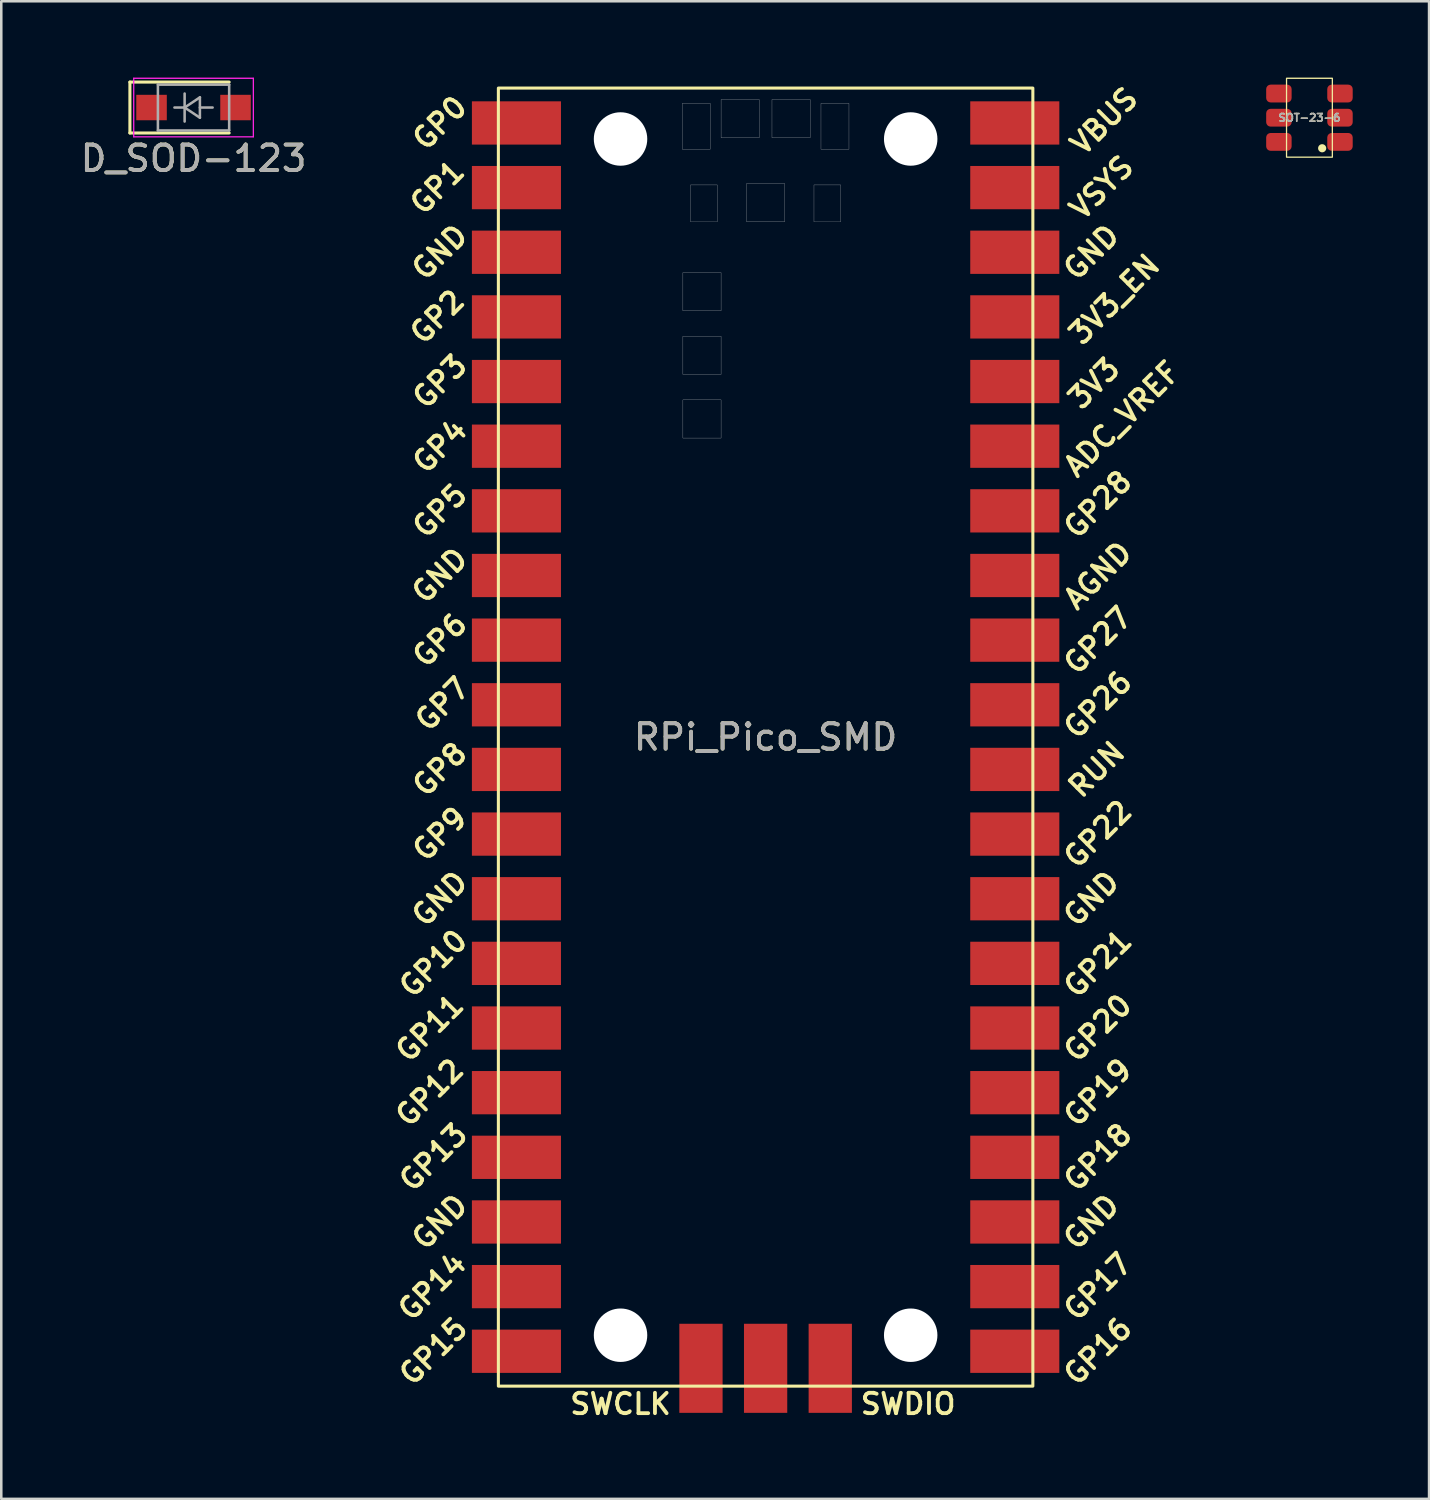
<source format=kicad_pcb>
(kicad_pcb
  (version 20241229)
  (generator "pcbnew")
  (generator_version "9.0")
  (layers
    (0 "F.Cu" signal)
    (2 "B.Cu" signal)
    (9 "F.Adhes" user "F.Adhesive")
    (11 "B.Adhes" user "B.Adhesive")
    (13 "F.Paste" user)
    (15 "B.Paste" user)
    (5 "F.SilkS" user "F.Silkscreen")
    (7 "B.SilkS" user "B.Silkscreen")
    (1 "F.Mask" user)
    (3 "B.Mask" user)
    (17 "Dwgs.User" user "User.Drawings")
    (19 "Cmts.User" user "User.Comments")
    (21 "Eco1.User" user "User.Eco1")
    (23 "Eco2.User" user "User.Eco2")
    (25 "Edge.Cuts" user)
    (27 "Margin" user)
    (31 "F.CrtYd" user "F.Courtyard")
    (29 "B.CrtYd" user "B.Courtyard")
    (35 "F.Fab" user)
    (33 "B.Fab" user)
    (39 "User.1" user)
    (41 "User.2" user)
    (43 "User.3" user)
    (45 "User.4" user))
  (footprint "SOT-23-6"
    (layer "F.Cu")
    (at 48.398 1.575)
    (property "Reference" "SOT-23-6" (at 0 0 180) (layer "F.SilkS") (effects (font (size 0.3 0.3) (thickness 0.06))))
    (attr smd)
    (fp_rect (start -0.9 -1.55) (end 0.9 1.55) (stroke (width 0.05) (type solid)) (fill no) (layer "F.SilkS"))
    (fp_circle (center 0.5 1.2) (end 0.6 1.2) (stroke (width 0.12) (type solid)) (fill yes) (layer "F.SilkS"))
    (fp_text user "${REFERENCE}" (at 0 0 180) (layer "F.Fab") (effects (font (size 0.3 0.3) (thickness 0.06))))
    (pad "1" smd roundrect (at 1.2 0.95 180) (size 1 0.7) (layers "F.Cu" "F.Mask" "F.Paste") (roundrect_rratio 0.25))
    (pad "2" smd roundrect (at 1.2 0 180) (size 1 0.7) (layers "F.Cu" "F.Mask" "F.Paste") (roundrect_rratio 0.25))
    (pad "3" smd roundrect (at 1.2 -0.95 180) (size 1 0.7) (layers "F.Cu" "F.Mask" "F.Paste") (roundrect_rratio 0.25))
    (pad "4" smd roundrect (at -1.2 -0.95 180) (size 1 0.7) (layers "F.Cu" "F.Mask" "F.Paste") (roundrect_rratio 0.25))
    (pad "5" smd roundrect (at -1.2 0 180) (size 1 0.7) (layers "F.Cu" "F.Mask" "F.Paste") (roundrect_rratio 0.25))
    (pad "6" smd roundrect (at -1.2 0.95 180) (size 1 0.7) (layers "F.Cu" "F.Mask" "F.Paste") (roundrect_rratio 0.25)))
  (footprint "D_SOD-123"
    (layer "F.Cu")
    (at 4.554 1.175)
    (property "Reference" "D_SOD-123" (at 0 2 0) (layer "F.SilkS") (effects (font (size 1 1) (thickness 0.15))))
    (attr smd)
    (fp_line (start -2.5 -1) (end -2.5 1) (stroke (width 0.12) (type solid)) (layer "F.SilkS"))
    (fp_line (start -2.5 -1) (end 1.4 -1) (stroke (width 0.12) (type solid)) (layer "F.SilkS"))
    (fp_line (start -2.5 1) (end 1.4 1) (stroke (width 0.12) (type solid)) (layer "F.SilkS"))
    (fp_line (start -2.35 -1.15) (end -2.35 1.15) (stroke (width 0.05) (type solid)) (layer "F.CrtYd"))
    (fp_line (start -2.35 -1.15) (end 2.35 -1.15) (stroke (width 0.05) (type solid)) (layer "F.CrtYd"))
    (fp_line (start 2.35 -1.15) (end 2.35 1.15) (stroke (width 0.05) (type solid)) (layer "F.CrtYd"))
    (fp_line (start 2.35 1.15) (end -2.35 1.15) (stroke (width 0.05) (type solid)) (layer "F.CrtYd"))
    (fp_line (start -1.4 -0.9) (end 1.4 -0.9) (stroke (width 0.1) (type solid)) (layer "F.Fab"))
    (fp_line (start -1.4 0.9) (end -1.4 -0.9) (stroke (width 0.1) (type solid)) (layer "F.Fab"))
    (fp_line (start -0.75 0) (end -0.35 0) (stroke (width 0.1) (type solid)) (layer "F.Fab"))
    (fp_line (start -0.35 0) (end -0.35 -0.55) (stroke (width 0.1) (type solid)) (layer "F.Fab"))
    (fp_line (start -0.35 0) (end -0.35 0.55) (stroke (width 0.1) (type solid)) (layer "F.Fab"))
    (fp_line (start -0.35 0) (end 0.25 -0.4) (stroke (width 0.1) (type solid)) (layer "F.Fab"))
    (fp_line (start 0.25 -0.4) (end 0.25 0.4) (stroke (width 0.1) (type solid)) (layer "F.Fab"))
    (fp_line (start 0.25 0) (end 0.75 0) (stroke (width 0.1) (type solid)) (layer "F.Fab"))
    (fp_line (start 0.25 0.4) (end -0.35 0) (stroke (width 0.1) (type solid)) (layer "F.Fab"))
    (fp_line (start 1.4 -0.9) (end 1.4 0.9) (stroke (width 0.1) (type solid)) (layer "F.Fab"))
    (fp_line (start 1.4 0.9) (end -1.4 0.9) (stroke (width 0.1) (type solid)) (layer "F.Fab"))
    (fp_text user "${REFERENCE}" (at 0 2 0) (layer "F.Fab") (effects (font (size 1 1) (thickness 0.15))))
    (pad "1" smd rect (at -1.65 0) (size 1.2 1) (layers "F.Cu" "F.Mask" "F.Paste"))
    (pad "2" smd rect (at 1.65 0) (size 1.2 1) (layers "F.Cu" "F.Mask" "F.Paste")))
  (footprint "RPi_Pico_SMD"
    (layer "F.Cu")
    (at 27.031 25.911)
    (property "Reference" "RPi_Pico_SMD" (at 0 0 0) (layer "F.SilkS") (effects (font (size 1 1) (thickness 0.15))))
    (attr through_hole)
    (fp_rect (start -10.5 -25.5) (end 10.5 25.5) (stroke (width 0.12) (type solid)) (fill no) (layer "F.SilkS"))
    (fp_rect (start -3.275 -24.9) (end -2.175 -23.1) (stroke (width 0.01) (type solid)) (fill no) (layer "Dwgs.User"))
    (fp_rect (start -3.25 -18.25) (end -1.75 -16.75) (stroke (width 0.01) (type solid)) (fill no) (layer "Dwgs.User"))
    (fp_rect (start -3.25 -15.75) (end -1.75 -14.25) (stroke (width 0.01) (type solid)) (fill no) (layer "Dwgs.User"))
    (fp_rect (start -3.25 -13.25) (end -1.75 -11.75) (stroke (width 0.01) (type solid)) (fill no) (layer "Dwgs.User"))
    (fp_rect (start -2.95 -21.695) (end -1.9 -20.245) (stroke (width 0.01) (type solid)) (fill no) (layer "Dwgs.User"))
    (fp_rect (start -1.75 -25.05) (end -0.25 -23.55) (stroke (width 0.01) (type solid)) (fill no) (layer "Dwgs.User"))
    (fp_rect (start -0.75 -21.75) (end 0.75 -20.25) (stroke (width 0.01) (type solid)) (fill no) (layer "Dwgs.User"))
    (fp_rect (start 0.25 -25.05) (end 1.75 -23.55) (stroke (width 0.01) (type solid)) (fill no) (layer "Dwgs.User"))
    (fp_rect (start 1.9 -21.695) (end 2.95 -20.245) (stroke (width 0.01) (type solid)) (fill no) (layer "Dwgs.User"))
    (fp_rect (start 2.175 -24.9) (end 3.275 -23.1) (stroke (width 0.01) (type solid)) (fill no) (layer "Dwgs.User"))
    (fp_text user "GP11" (at -13.2 11.43 45) (layer "F.SilkS") (effects (font (size 0.8 0.8) (thickness 0.15))))
    (fp_text user "3V3" (at 12.9 -13.9 45) (layer "F.SilkS") (effects (font (size 0.8 0.8) (thickness 0.15))))
    (fp_text user "ADC_VREF" (at 14 -12.5 45) (layer "F.SilkS") (effects (font (size 0.8 0.8) (thickness 0.15))))
    (fp_text user "RUN" (at 13 1.27 45) (layer "F.SilkS") (effects (font (size 0.8 0.8) (thickness 0.15))))
    (fp_text user "GP16" (at 13.054 24.13 45) (layer "F.SilkS") (effects (font (size 0.8 0.8) (thickness 0.15))))
    (fp_text user "GP28" (at 13.054 -9.144 45) (layer "F.SilkS") (effects (font (size 0.8 0.8) (thickness 0.15))))
    (fp_text user "GP6" (at -12.8 -3.81 45) (layer "F.SilkS") (effects (font (size 0.8 0.8) (thickness 0.15))))
    (fp_text user "GP20" (at 13.054 11.43 45) (layer "F.SilkS") (effects (font (size 0.8 0.8) (thickness 0.15))))
    (fp_text user "SWCLK" (at -5.7 26.2 0) (layer "F.SilkS") (effects (font (size 0.8 0.8) (thickness 0.15))))
    (fp_text user "3V3_EN" (at 13.7 -17.2 45) (layer "F.SilkS") (effects (font (size 0.8 0.8) (thickness 0.15))))
    (fp_text user "GP18" (at 13.054 16.51 45) (layer "F.SilkS") (effects (font (size 0.8 0.8) (thickness 0.15))))
    (fp_text user "VSYS" (at 13.2 -21.59 45) (layer "F.SilkS") (effects (font (size 0.8 0.8) (thickness 0.15))))
    (fp_text user "GND" (at 12.8 6.35 45) (layer "F.SilkS") (effects (font (size 0.8 0.8) (thickness 0.15))))
    (fp_text user "GP2" (at -12.9 -16.51 45) (layer "F.SilkS") (effects (font (size 0.8 0.8) (thickness 0.15))))
    (fp_text user "GP17" (at 13.054 21.59 45) (layer "F.SilkS") (effects (font (size 0.8 0.8) (thickness 0.15))))
    (fp_text user "VBUS" (at 13.3 -24.2 45) (layer "F.SilkS") (effects (font (size 0.8 0.8) (thickness 0.15))))
    (fp_text user "GP27" (at 13.054 -3.8 45) (layer "F.SilkS") (effects (font (size 0.8 0.8) (thickness 0.15))))
    (fp_text user "GND" (at -12.8 19.05 45) (layer "F.SilkS") (effects (font (size 0.8 0.8) (thickness 0.15))))
    (fp_text user "SWDIO" (at 5.6 26.2 0) (layer "F.SilkS") (effects (font (size 0.8 0.8) (thickness 0.15))))
    (fp_text user "GP8" (at -12.8 1.27 45) (layer "F.SilkS") (effects (font (size 0.8 0.8) (thickness 0.15))))
    (fp_text user "GP10" (at -13.054 8.89 45) (layer "F.SilkS") (effects (font (size 0.8 0.8) (thickness 0.15))))
    (fp_text user "GP5" (at -12.8 -8.89 45) (layer "F.SilkS") (effects (font (size 0.8 0.8) (thickness 0.15))))
    (fp_text user "GP22" (at 13.054 3.81 45) (layer "F.SilkS") (effects (font (size 0.8 0.8) (thickness 0.15))))
    (fp_text user "GP19" (at 13.054 13.97 45) (layer "F.SilkS") (effects (font (size 0.8 0.8) (thickness 0.15))))
    (fp_text user "GP15" (at -13.054 24.13 45) (layer "F.SilkS") (effects (font (size 0.8 0.8) (thickness 0.15))))
    (fp_text user "GP12" (at -13.2 13.97 45) (layer "F.SilkS") (effects (font (size 0.8 0.8) (thickness 0.15))))
    (fp_text user "GP13" (at -13.054 16.51 45) (layer "F.SilkS") (effects (font (size 0.8 0.8) (thickness 0.15))))
    (fp_text user "GP0" (at -12.8 -24.13 45) (layer "F.SilkS") (effects (font (size 0.8 0.8) (thickness 0.15))))
    (fp_text user "GP14" (at -13.1 21.59 45) (layer "F.SilkS") (effects (font (size 0.8 0.8) (thickness 0.15))))
    (fp_text user "GND" (at 12.8 19.05 45) (layer "F.SilkS") (effects (font (size 0.8 0.8) (thickness 0.15))))
    (fp_text user "GND" (at -12.8 -19.05 45) (layer "F.SilkS") (effects (font (size 0.8 0.8) (thickness 0.15))))
    (fp_text user "GP26" (at 13.054 -1.27 45) (layer "F.SilkS") (effects (font (size 0.8 0.8) (thickness 0.15))))
    (fp_text user "GP21" (at 13.054 8.9 45) (layer "F.SilkS") (effects (font (size 0.8 0.8) (thickness 0.15))))
    (fp_text user "GP9" (at -12.8 3.81 45) (layer "F.SilkS") (effects (font (size 0.8 0.8) (thickness 0.15))))
    (fp_text user "GP3" (at -12.8 -13.97 45) (layer "F.SilkS") (effects (font (size 0.8 0.8) (thickness 0.15))))
    (fp_text user "GP7" (at -12.7 -1.3 45) (layer "F.SilkS") (effects (font (size 0.8 0.8) (thickness 0.15))))
    (fp_text user "GP4" (at -12.8 -11.43 45) (layer "F.SilkS") (effects (font (size 0.8 0.8) (thickness 0.15))))
    (fp_text user "AGND" (at 13.054 -6.35 45) (layer "F.SilkS") (effects (font (size 0.8 0.8) (thickness 0.15))))
    (fp_text user "GND" (at -12.8 -6.35 45) (layer "F.SilkS") (effects (font (size 0.8 0.8) (thickness 0.15))))
    (fp_text user "GND" (at 12.8 -19.05 45) (layer "F.SilkS") (effects (font (size 0.8 0.8) (thickness 0.15))))
    (fp_text user "GP1" (at -12.9 -21.6 45) (layer "F.SilkS") (effects (font (size 0.8 0.8) (thickness 0.15))))
    (fp_text user "GND" (at -12.8 6.35 45) (layer "F.SilkS") (effects (font (size 0.8 0.8) (thickness 0.15))))
    (fp_text user "${REFERENCE}" (at 0 0 180) (layer "F.Fab") (effects (font (size 1 1) (thickness 0.15))))
    (pad "" np_thru_hole circle (at -5.7 -23.5) (size 2.1 2.1) (drill 2.1) (layers "*.Cu" "*.Mask"))
    (pad "" np_thru_hole circle (at -5.7 23.5) (size 2.1 2.1) (drill 2.1) (layers "*.Cu" "*.Mask"))
    (pad "" np_thru_hole circle (at 5.7 -23.5) (size 2.1 2.1) (drill 2.1) (layers "*.Cu" "*.Mask"))
    (pad "" np_thru_hole circle (at 5.7 23.5) (size 2.1 2.1) (drill 2.1) (layers "*.Cu" "*.Mask"))
    (pad "1" smd rect (at -8.89 -24.13) (size 3.5 1.7) (drill (offset -0.9 0)) (layers "F.Cu" "F.Mask"))
    (pad "2" smd rect (at -8.89 -21.59) (size 3.5 1.7) (drill (offset -0.9 0)) (layers "F.Cu" "F.Mask"))
    (pad "3" smd rect (at -8.89 -19.05) (size 3.5 1.7) (drill (offset -0.9 0)) (layers "F.Cu" "F.Mask"))
    (pad "4" smd rect (at -8.89 -16.51) (size 3.5 1.7) (drill (offset -0.9 0)) (layers "F.Cu" "F.Mask"))
    (pad "5" smd rect (at -8.89 -13.97) (size 3.5 1.7) (drill (offset -0.9 0)) (layers "F.Cu" "F.Mask"))
    (pad "6" smd rect (at -8.89 -11.43) (size 3.5 1.7) (drill (offset -0.9 0)) (layers "F.Cu" "F.Mask"))
    (pad "7" smd rect (at -8.89 -8.89) (size 3.5 1.7) (drill (offset -0.9 0)) (layers "F.Cu" "F.Mask"))
    (pad "8" smd rect (at -8.89 -6.35) (size 3.5 1.7) (drill (offset -0.9 0)) (layers "F.Cu" "F.Mask"))
    (pad "9" smd rect (at -8.89 -3.81) (size 3.5 1.7) (drill (offset -0.9 0)) (layers "F.Cu" "F.Mask"))
    (pad "10" smd rect (at -8.89 -1.27) (size 3.5 1.7) (drill (offset -0.9 0)) (layers "F.Cu" "F.Mask"))
    (pad "11" smd rect (at -8.89 1.27) (size 3.5 1.7) (drill (offset -0.9 0)) (layers "F.Cu" "F.Mask"))
    (pad "12" smd rect (at -8.89 3.81) (size 3.5 1.7) (drill (offset -0.9 0)) (layers "F.Cu" "F.Mask"))
    (pad "13" smd rect (at -8.89 6.35) (size 3.5 1.7) (drill (offset -0.9 0)) (layers "F.Cu" "F.Mask"))
    (pad "14" smd rect (at -8.89 8.89) (size 3.5 1.7) (drill (offset -0.9 0)) (layers "F.Cu" "F.Mask"))
    (pad "15" smd rect (at -8.89 11.43) (size 3.5 1.7) (drill (offset -0.9 0)) (layers "F.Cu" "F.Mask"))
    (pad "16" smd rect (at -8.89 13.97) (size 3.5 1.7) (drill (offset -0.9 0)) (layers "F.Cu" "F.Mask"))
    (pad "17" smd rect (at -8.89 16.51) (size 3.5 1.7) (drill (offset -0.9 0)) (layers "F.Cu" "F.Mask"))
    (pad "18" smd rect (at -8.89 19.05) (size 3.5 1.7) (drill (offset -0.9 0)) (layers "F.Cu" "F.Mask"))
    (pad "19" smd rect (at -8.89 21.59) (size 3.5 1.7) (drill (offset -0.9 0)) (layers "F.Cu" "F.Mask"))
    (pad "20" smd rect (at -8.89 24.13) (size 3.5 1.7) (drill (offset -0.9 0)) (layers "F.Cu" "F.Mask"))
    (pad "21" smd rect (at 8.89 24.13) (size 3.5 1.7) (drill (offset 0.9 0)) (layers "F.Cu" "F.Mask"))
    (pad "22" smd rect (at 8.89 21.59) (size 3.5 1.7) (drill (offset 0.9 0)) (layers "F.Cu" "F.Mask"))
    (pad "23" smd rect (at 8.89 19.05) (size 3.5 1.7) (drill (offset 0.9 0)) (layers "F.Cu" "F.Mask"))
    (pad "24" smd rect (at 8.89 16.51) (size 3.5 1.7) (drill (offset 0.9 0)) (layers "F.Cu" "F.Mask"))
    (pad "25" smd rect (at 8.89 13.97) (size 3.5 1.7) (drill (offset 0.9 0)) (layers "F.Cu" "F.Mask"))
    (pad "26" smd rect (at 8.89 11.43) (size 3.5 1.7) (drill (offset 0.9 0)) (layers "F.Cu" "F.Mask"))
    (pad "27" smd rect (at 8.89 8.89) (size 3.5 1.7) (drill (offset 0.9 0)) (layers "F.Cu" "F.Mask"))
    (pad "28" smd rect (at 8.89 6.35) (size 3.5 1.7) (drill (offset 0.9 0)) (layers "F.Cu" "F.Mask"))
    (pad "29" smd rect (at 8.89 3.81) (size 3.5 1.7) (drill (offset 0.9 0)) (layers "F.Cu" "F.Mask"))
    (pad "30" smd rect (at 8.89 1.27) (size 3.5 1.7) (drill (offset 0.9 0)) (layers "F.Cu" "F.Mask"))
    (pad "31" smd rect (at 8.89 -1.27) (size 3.5 1.7) (drill (offset 0.9 0)) (layers "F.Cu" "F.Mask"))
    (pad "32" smd rect (at 8.89 -3.81) (size 3.5 1.7) (drill (offset 0.9 0)) (layers "F.Cu" "F.Mask"))
    (pad "33" smd rect (at 8.89 -6.35) (size 3.5 1.7) (drill (offset 0.9 0)) (layers "F.Cu" "F.Mask"))
    (pad "34" smd rect (at 8.89 -8.89) (size 3.5 1.7) (drill (offset 0.9 0)) (layers "F.Cu" "F.Mask"))
    (pad "35" smd rect (at 8.89 -11.43) (size 3.5 1.7) (drill (offset 0.9 0)) (layers "F.Cu" "F.Mask"))
    (pad "36" smd rect (at 8.89 -13.97) (size 3.5 1.7) (drill (offset 0.9 0)) (layers "F.Cu" "F.Mask"))
    (pad "37" smd rect (at 8.89 -16.51) (size 3.5 1.7) (drill (offset 0.9 0)) (layers "F.Cu" "F.Mask"))
    (pad "38" smd rect (at 8.89 -19.05) (size 3.5 1.7) (drill (offset 0.9 0)) (layers "F.Cu" "F.Mask"))
    (pad "39" smd rect (at 8.89 -21.59) (size 3.5 1.7) (drill (offset 0.9 0)) (layers "F.Cu" "F.Mask"))
    (pad "40" smd rect (at 8.89 -24.13) (size 3.5 1.7) (drill (offset 0.9 0)) (layers "F.Cu" "F.Mask"))
    (pad "41" smd rect (at -2.54 23.9 90) (size 3.5 1.7) (drill (offset -0.9 0)) (layers "F.Cu" "F.Mask"))
    (pad "42" smd rect (at 0 23.9 90) (size 3.5 1.7) (drill (offset -0.9 0)) (layers "F.Cu" "F.Mask"))
    (pad "43" smd rect (at 2.54 23.9 90) (size 3.5 1.7) (drill (offset -0.9 0)) (layers "F.Cu" "F.Mask"))
    (zone (net_name "") (layer "F.Cu") (hatch edge 0.508) (connect_pads) (min_thickness 0.254) (filled_areas_thickness no) (keepout (tracks not_allowed) (vias not_allowed) (pads not_allowed) (copperpour not_allowed) (footprints not_allowed)) (placement (enabled no)) (fill) (polygon (pts (xy 25.531 14.411) (xy 23.531 14.411) (xy 23.531 7.411) (xy 25.531 7.411))))
    (zone (net_name "") (layer "F.Cu") (hatch edge 0.508) (connect_pads) (min_thickness 0.254) (filled_areas_thickness no) (keepout (tracks not_allowed) (vias not_allowed) (pads not_allowed) (copperpour not_allowed) (footprints not_allowed)) (placement (enabled no)) (fill) (polygon (pts (xy 30.531 5.911) (xy 23.531 5.911) (xy 23.531 0.411) (xy 30.531 0.411))))
    (zone (net_name "") (layer "F.Cu") (hatch edge 0.508) (connect_pads) (min_thickness 0.254) (filled_areas_thickness no) (keepout (tracks allowed) (vias allowed) (pads allowed) (copperpour allowed) (footprints not_allowed)) (placement (enabled no)) (fill) (polygon (pts (xy 37.531 51.411) (xy 16.531 51.411) (xy 16.531 0.411) (xy 37.531 0.411)))))
  (gr_rect
    (start -3 -3)
    (end 53.098 55.842)
    (stroke (width 0.1) (type default))
    (fill no)
    (layer "Edge.Cuts")))
</source>
